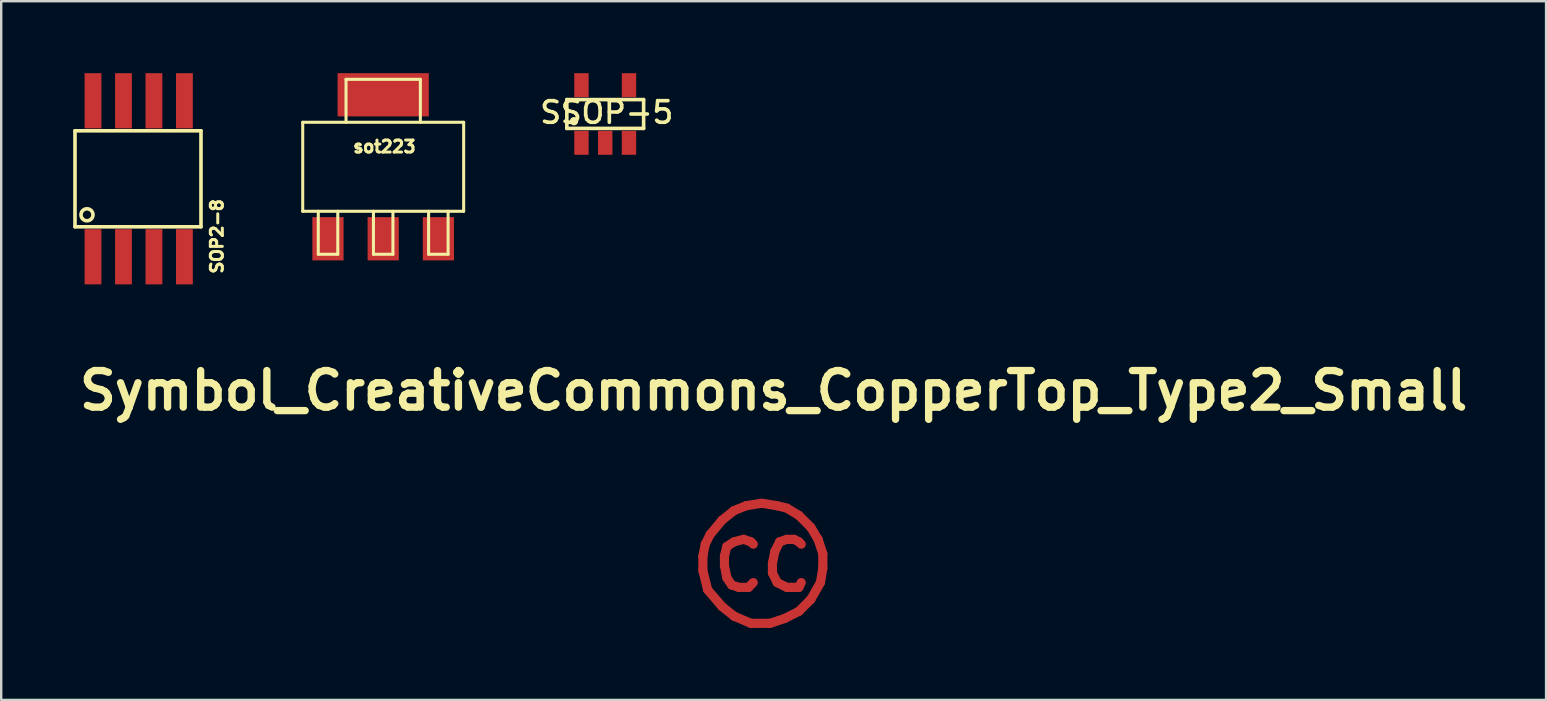
<source format=kicad_pcb>
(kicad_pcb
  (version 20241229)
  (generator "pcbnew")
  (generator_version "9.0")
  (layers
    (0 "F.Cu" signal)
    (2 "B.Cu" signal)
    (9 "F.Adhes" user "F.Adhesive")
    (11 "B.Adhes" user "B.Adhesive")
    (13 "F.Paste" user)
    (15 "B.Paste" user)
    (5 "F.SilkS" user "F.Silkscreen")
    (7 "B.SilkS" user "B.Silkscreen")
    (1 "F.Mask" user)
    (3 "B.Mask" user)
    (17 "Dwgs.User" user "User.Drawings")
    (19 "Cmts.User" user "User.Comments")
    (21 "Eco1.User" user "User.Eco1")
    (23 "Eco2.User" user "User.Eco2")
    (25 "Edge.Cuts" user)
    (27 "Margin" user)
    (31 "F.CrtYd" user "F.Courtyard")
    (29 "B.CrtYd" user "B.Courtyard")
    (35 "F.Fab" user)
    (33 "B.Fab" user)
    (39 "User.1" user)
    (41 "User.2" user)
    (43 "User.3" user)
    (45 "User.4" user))
  (footprint "sot223"
    (layer "F.Cu")
    (at 12.918 3.9)
    (property "Reference" "sot223" (at 0.051 -0.838 0) (layer "F.SilkS") (effects (font (size 0.5 0.5) (thickness 0.125))))
    (attr through_hole)
    (fp_line (start -3.353 -1.854) (end 3.353 -1.854) (stroke (width 0.127) (type solid)) (layer "F.SilkS"))
    (fp_line (start -3.353 1.854) (end -3.353 -1.854) (stroke (width 0.127) (type solid)) (layer "F.SilkS"))
    (fp_line (start -2.705 3.645) (end -2.705 1.854) (stroke (width 0.127) (type solid)) (layer "F.SilkS"))
    (fp_line (start -2.705 3.645) (end -1.892 3.645) (stroke (width 0.127) (type solid)) (layer "F.SilkS"))
    (fp_line (start -1.892 3.645) (end -1.892 1.854) (stroke (width 0.127) (type solid)) (layer "F.SilkS"))
    (fp_line (start -1.549 -3.645) (end -1.549 -1.854) (stroke (width 0.127) (type solid)) (layer "F.SilkS"))
    (fp_line (start -1.549 -3.645) (end 1.549 -3.645) (stroke (width 0.127) (type solid)) (layer "F.SilkS"))
    (fp_line (start -0.406 3.645) (end -0.406 1.854) (stroke (width 0.127) (type solid)) (layer "F.SilkS"))
    (fp_line (start -0.406 3.645) (end 0.406 3.645) (stroke (width 0.127) (type solid)) (layer "F.SilkS"))
    (fp_line (start 0.406 3.645) (end 0.406 1.854) (stroke (width 0.127) (type solid)) (layer "F.SilkS"))
    (fp_line (start 1.549 -3.645) (end 1.549 -1.854) (stroke (width 0.127) (type solid)) (layer "F.SilkS"))
    (fp_line (start 1.892 3.645) (end 1.892 1.854) (stroke (width 0.127) (type solid)) (layer "F.SilkS"))
    (fp_line (start 1.892 3.645) (end 2.705 3.645) (stroke (width 0.127) (type solid)) (layer "F.SilkS"))
    (fp_line (start 2.705 3.645) (end 2.705 1.854) (stroke (width 0.127) (type solid)) (layer "F.SilkS"))
    (fp_line (start 3.353 -1.854) (end 3.353 1.854) (stroke (width 0.127) (type solid)) (layer "F.SilkS"))
    (fp_line (start 3.353 1.854) (end -3.353 1.854) (stroke (width 0.127) (type solid)) (layer "F.SilkS"))
    (pad "1" smd rect (at -2.301 3) (size 1.3 1.801) (layers "F.Cu" "F.Mask" "F.Paste"))
    (pad "2" smd rect (at 0 3) (size 1.3 1.801) (layers "F.Cu" "F.Mask" "F.Paste"))
    (pad "3" smd rect (at 2.301 3) (size 1.3 1.801) (layers "F.Cu" "F.Mask" "F.Paste"))
    (pad "4" smd rect (at 0 -3) (size 3.8 1.801) (layers "F.Cu" "F.Mask" "F.Paste")))
  (footprint "SOP2-8"
    (layer "F.Cu")
    (at 0.825 1.65)
    (property "Reference" "SOP2-8" (at 5.165 5.15 90) (layer "F.SilkS") (effects (font (size 0.5 0.5) (thickness 0.125))))
    (attr through_hole)
    (fp_line (start -0.75 0.75) (end 4.5 0.75) (stroke (width 0.15) (type solid)) (layer "F.SilkS"))
    (fp_line (start -0.75 4.75) (end -0.75 0.75) (stroke (width 0.15) (type solid)) (layer "F.SilkS"))
    (fp_line (start 4.5 0.75) (end 4.5 4.75) (stroke (width 0.15) (type solid)) (layer "F.SilkS"))
    (fp_line (start 4.5 4.75) (end -0.75 4.75) (stroke (width 0.15) (type solid)) (layer "F.SilkS"))
    (fp_circle (center -0.25 4.25) (end 0 4.25) (stroke (width 0.15) (type solid)) (fill no) (layer "F.SilkS"))
    (pad "1" smd rect (at 0 6) (size 0.7 2.3) (layers "F.Cu" "F.Mask" "F.Paste"))
    (pad "2" smd rect (at 1.27 6) (size 0.7 2.3) (layers "F.Cu" "F.Mask" "F.Paste"))
    (pad "3" smd rect (at 2.54 6) (size 0.7 2.3) (layers "F.Cu" "F.Mask" "F.Paste"))
    (pad "4" smd rect (at 3.81 6) (size 0.7 2.3) (layers "F.Cu" "F.Mask" "F.Paste"))
    (pad "5" smd rect (at 3.81 -0.5) (size 0.7 2.3) (layers "F.Cu" "F.Mask" "F.Paste"))
    (pad "6" smd rect (at 2.54 -0.5) (size 0.7 2.3) (layers "F.Cu" "F.Mask" "F.Paste"))
    (pad "7" smd rect (at 1.27 -0.5) (size 0.7 2.3) (layers "F.Cu" "F.Mask" "F.Paste"))
    (pad "8" smd rect (at 0 -0.5) (size 0.7 2.3) (layers "F.Cu" "F.Mask" "F.Paste")))
  (footprint "Symbol_CreativeCommons_CopperTop_Type2_Small"
    (layer "F.Cu")
    (at 28.589 20.526)
    (property "Reference" "Symbol_CreativeCommons_CopperTop_Type2_Small" (at 0.599 -7.3 0) (layer "F.SilkS") (effects (font (size 1.524 1.524) (thickness 0.305))))
    (attr through_hole)
    (fp_line (start -2.349 -0.4) (end -2.349 0.2) (stroke (width 0.381) (type solid)) (layer "F.Cu"))
    (fp_line (start -2.349 0.2) (end -2.151 1) (stroke (width 0.381) (type solid)) (layer "F.Cu"))
    (fp_line (start -2.25 -0.9) (end -2.349 -0.4) (stroke (width 0.381) (type solid)) (layer "F.Cu"))
    (fp_line (start -2.151 1) (end -1.549 1.701) (stroke (width 0.381) (type solid)) (layer "F.Cu"))
    (fp_line (start -2.05 -1.299) (end -2.25 -0.9) (stroke (width 0.381) (type solid)) (layer "F.Cu"))
    (fp_line (start -1.549 -1.901) (end -2.05 -1.299) (stroke (width 0.381) (type solid)) (layer "F.Cu"))
    (fp_line (start -1.549 1.701) (end -1.049 2.1) (stroke (width 0.381) (type solid)) (layer "F.Cu"))
    (fp_line (start -1.45 -0.4) (end -1.45 -0.001) (stroke (width 0.381) (type solid)) (layer "F.Cu"))
    (fp_line (start -1.45 -0.001) (end -1.351 0.499) (stroke (width 0.381) (type solid)) (layer "F.Cu"))
    (fp_line (start -1.351 -0.801) (end -1.45 -0.4) (stroke (width 0.381) (type solid)) (layer "F.Cu"))
    (fp_line (start -1.351 0.499) (end -1.15 0.799) (stroke (width 0.381) (type solid)) (layer "F.Cu"))
    (fp_line (start -1.15 0.799) (end -0.851 0.901) (stroke (width 0.381) (type solid)) (layer "F.Cu"))
    (fp_line (start -1.049 -2.3) (end -1.549 -1.901) (stroke (width 0.381) (type solid)) (layer "F.Cu"))
    (fp_line (start -1.049 -0.999) (end -1.351 -0.801) (stroke (width 0.381) (type solid)) (layer "F.Cu"))
    (fp_line (start -1.049 2.1) (end -0.35 2.399) (stroke (width 0.381) (type solid)) (layer "F.Cu"))
    (fp_line (start -0.851 0.901) (end -0.449 0.901) (stroke (width 0.381) (type solid)) (layer "F.Cu"))
    (fp_line (start -0.65 -1.101) (end -1.049 -0.999) (stroke (width 0.381) (type solid)) (layer "F.Cu"))
    (fp_line (start -0.551 -2.5) (end -1.049 -2.3) (stroke (width 0.381) (type solid)) (layer "F.Cu"))
    (fp_line (start -0.449 0.901) (end -0.249 0.7) (stroke (width 0.381) (type solid)) (layer "F.Cu"))
    (fp_line (start -0.35 -0.999) (end -0.65 -1.101) (stroke (width 0.381) (type solid)) (layer "F.Cu"))
    (fp_line (start -0.35 2.399) (end 0.45 2.399) (stroke (width 0.381) (type solid)) (layer "F.Cu"))
    (fp_line (start -0.249 -0.9) (end -0.35 -0.999) (stroke (width 0.381) (type solid)) (layer "F.Cu"))
    (fp_line (start 0.051 -2.599) (end -0.551 -2.5) (stroke (width 0.381) (type solid)) (layer "F.Cu"))
    (fp_line (start 0.15 -2.599) (end 0.051 -2.599) (stroke (width 0.381) (type solid)) (layer "F.Cu"))
    (fp_line (start 0.45 2.399) (end 1.049 2.201) (stroke (width 0.381) (type solid)) (layer "F.Cu"))
    (fp_line (start 0.549 -0.1) (end 0.549 0.299) (stroke (width 0.381) (type solid)) (layer "F.Cu"))
    (fp_line (start 0.549 0.299) (end 0.749 0.7) (stroke (width 0.381) (type solid)) (layer "F.Cu"))
    (fp_line (start 0.65 -0.6) (end 0.549 -0.1) (stroke (width 0.381) (type solid)) (layer "F.Cu"))
    (fp_line (start 0.749 -2.5) (end 0.15 -2.599) (stroke (width 0.381) (type solid)) (layer "F.Cu"))
    (fp_line (start 0.749 0.7) (end 1.151 0.901) (stroke (width 0.381) (type solid)) (layer "F.Cu"))
    (fp_line (start 0.851 -0.999) (end 0.65 -0.6) (stroke (width 0.381) (type solid)) (layer "F.Cu"))
    (fp_line (start 1.049 2.201) (end 1.651 1.899) (stroke (width 0.381) (type solid)) (layer "F.Cu"))
    (fp_line (start 1.151 -2.401) (end 0.749 -2.5) (stroke (width 0.381) (type solid)) (layer "F.Cu"))
    (fp_line (start 1.151 -1.101) (end 0.851 -0.999) (stroke (width 0.381) (type solid)) (layer "F.Cu"))
    (fp_line (start 1.151 0.901) (end 1.349 0.901) (stroke (width 0.381) (type solid)) (layer "F.Cu"))
    (fp_line (start 1.349 0.901) (end 1.651 0.901) (stroke (width 0.381) (type solid)) (layer "F.Cu"))
    (fp_line (start 1.45 -1.101) (end 1.151 -1.101) (stroke (width 0.381) (type solid)) (layer "F.Cu"))
    (fp_line (start 1.651 -2.099) (end 1.151 -2.401) (stroke (width 0.381) (type solid)) (layer "F.Cu"))
    (fp_line (start 1.651 -0.999) (end 1.45 -1.101) (stroke (width 0.381) (type solid)) (layer "F.Cu"))
    (fp_line (start 1.651 0.901) (end 1.75 0.7) (stroke (width 0.381) (type solid)) (layer "F.Cu"))
    (fp_line (start 1.651 1.899) (end 2.149 1.401) (stroke (width 0.381) (type solid)) (layer "F.Cu"))
    (fp_line (start 1.75 -0.9) (end 1.651 -0.999) (stroke (width 0.381) (type solid)) (layer "F.Cu"))
    (fp_line (start 2.149 -1.601) (end 1.651 -2.099) (stroke (width 0.381) (type solid)) (layer "F.Cu"))
    (fp_line (start 2.149 1.401) (end 2.55 0.7) (stroke (width 0.381) (type solid)) (layer "F.Cu"))
    (fp_line (start 2.451 -1.101) (end 2.149 -1.601) (stroke (width 0.381) (type solid)) (layer "F.Cu"))
    (fp_line (start 2.55 0.7) (end 2.649 0.101) (stroke (width 0.381) (type solid)) (layer "F.Cu"))
    (fp_line (start 2.649 -0.499) (end 2.451 -1.101) (stroke (width 0.381) (type solid)) (layer "F.Cu"))
    (fp_line (start 2.649 0.101) (end 2.649 -0.499) (stroke (width 0.381) (type solid)) (layer "F.Cu")))
  (footprint "SSOP-5"
    (layer "F.Cu")
    (at 22.17 1.7)
    (property "Reference" "SSOP-5" (at 0.064 -0.064 0) (layer "F.SilkS") (effects (font (size 0.9 0.9) (thickness 0.15))))
    (attr through_hole)
    (fp_line (start -1.6 -0.6) (end -1.6 0.6) (stroke (width 0.15) (type solid)) (layer "F.SilkS"))
    (fp_line (start -1.6 0.6) (end 1.6 0.6) (stroke (width 0.15) (type solid)) (layer "F.SilkS"))
    (fp_line (start 1.6 -0.6) (end -1.6 -0.6) (stroke (width 0.15) (type solid)) (layer "F.SilkS"))
    (fp_line (start 1.6 0.6) (end 1.6 -0.6) (stroke (width 0.15) (type solid)) (layer "F.SilkS"))
    (fp_circle (center -1.3 0.3) (end -1.3 0.2) (stroke (width 0.15) (type solid)) (fill no) (layer "F.SilkS"))
    (pad "1" smd rect (at -0.99 1.2) (size 0.6 1) (layers "F.Cu" "F.Mask" "F.Paste"))
    (pad "2" smd rect (at 0 1.2) (size 0.6 1) (layers "F.Cu" "F.Mask" "F.Paste"))
    (pad "3" smd rect (at 0.99 1.2) (size 0.6 1) (layers "F.Cu" "F.Mask" "F.Paste"))
    (pad "4" smd rect (at 0.99 -1.2) (size 0.6 1) (layers "F.Cu" "F.Mask" "F.Paste"))
    (pad "5" smd rect (at -0.99 -1.2) (size 0.6 1) (layers "F.Cu" "F.Mask" "F.Paste")))
  (gr_rect
    (start -3 -3)
    (end 61.376 26.116)
    (stroke (width 0.1) (type default))
    (fill no)
    (layer "Edge.Cuts")))
</source>
